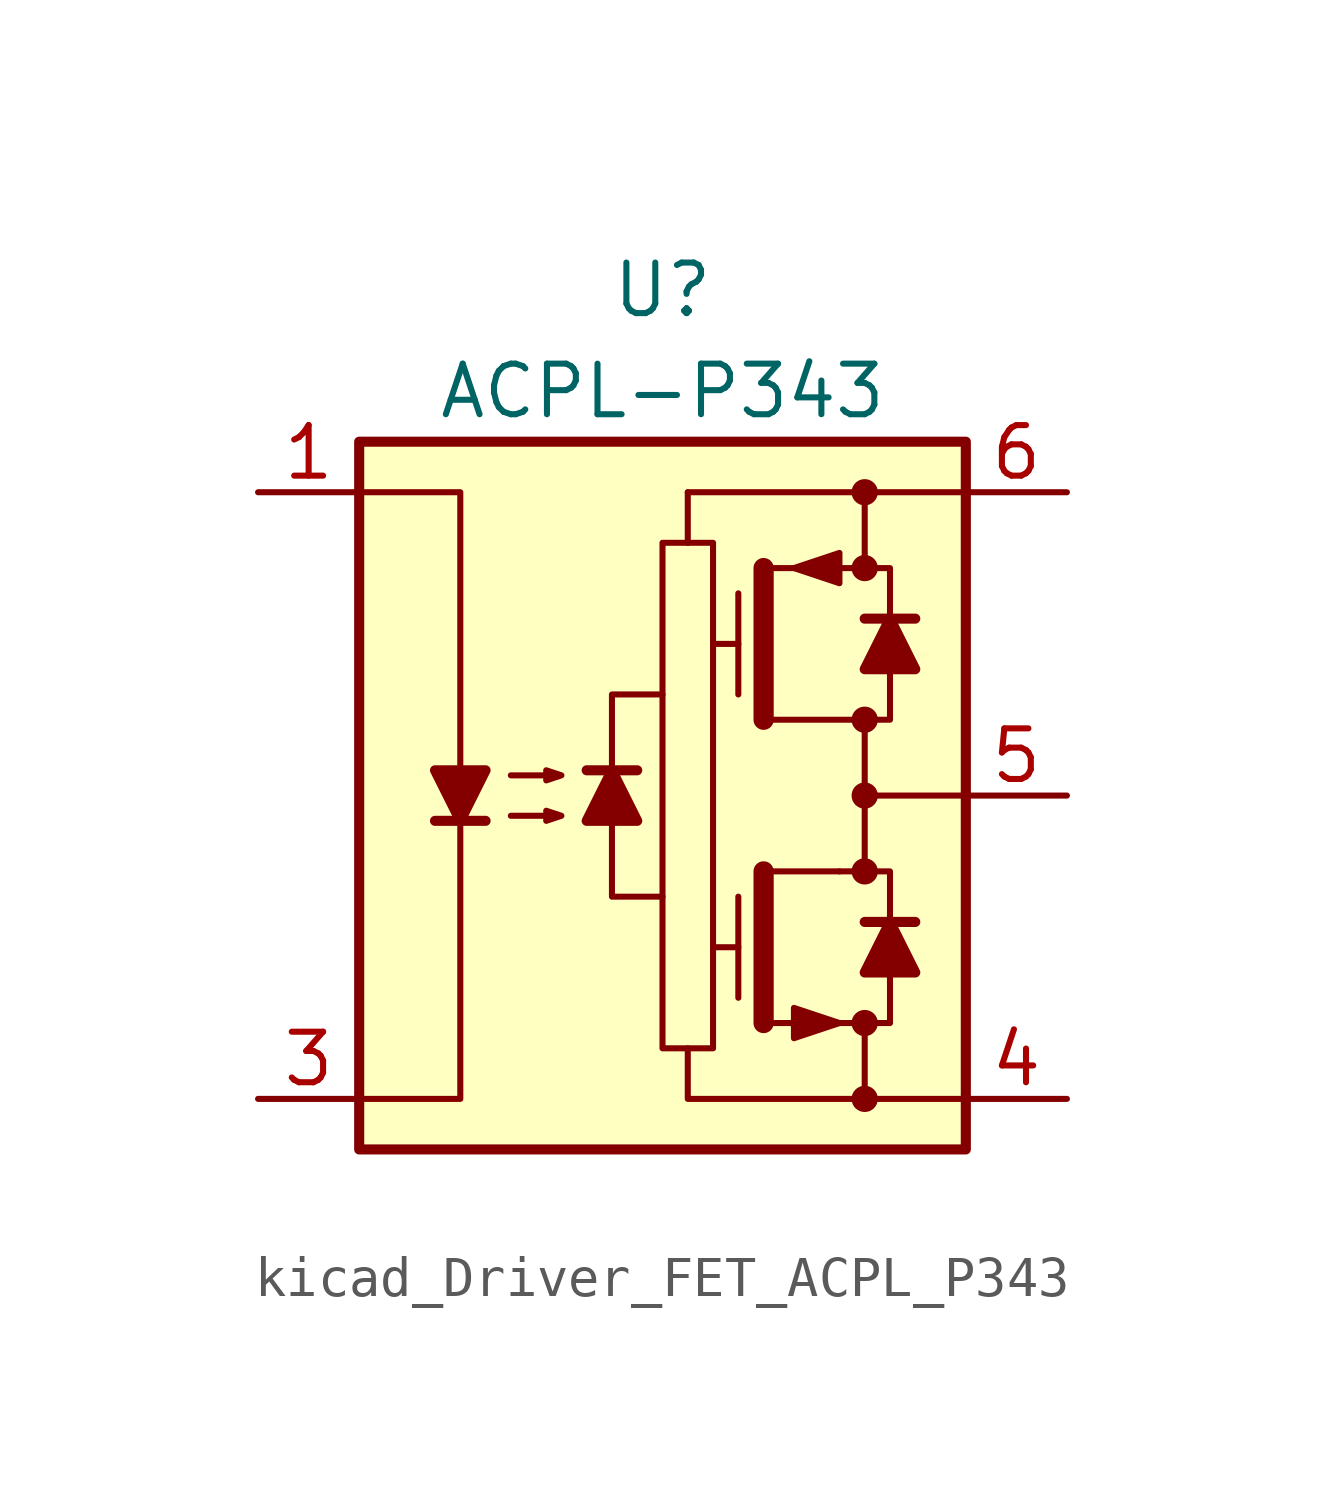
<source format=kicad_sym>
(kicad_symbol_lib
  (version 20220914)
  (generator kicad_symbol_editor)
  (symbol "kicad_Driver_FET_ACPL_P343"
    (pin_names hide)
    (property "Reference" "U"
      (at 0 12.7 0)
      (effects (font (size 1.27 1.27))))
    (property "Value" "ACPL-P343"
      (at 0 10.16 0)
      (effects (font (size 1.27 1.27))))
    (symbol "kicad_Driver_FET_ACPL_P343_0_1"
      (rectangle (start -7.62 8.89) (end 7.62 -8.89) (stroke (width 0.254) (type default)) (fill (type background)))
      (polyline (pts (xy -5.715 -0.635) (xy -4.445 -0.635)) (stroke (width 0.254) (type default)) (fill (type none)))
      (polyline (pts (xy -0.635 0.635) (xy -1.905 0.635)) (stroke (width 0.254) (type default)) (fill (type none)))
      (polyline (pts (xy 1.27 -3.81) (xy 1.905 -3.81)) (stroke (width 0) (type default)) (fill (type none)))
      (polyline (pts (xy 1.27 3.81) (xy 1.905 3.81)) (stroke (width 0) (type default)) (fill (type none)))
      (polyline (pts (xy 1.905 -5.08) (xy 1.905 -2.54)) (stroke (width 0) (type default)) (fill (type none)))
      (polyline (pts (xy 1.905 2.54) (xy 1.905 5.08)) (stroke (width 0) (type default)) (fill (type none)))
      (polyline (pts (xy 2.54 -5.715) (xy 2.54 -1.905)) (stroke (width 0.508) (type default)) (fill (type none)))
      (polyline (pts (xy 2.54 1.905) (xy 2.54 5.715)) (stroke (width 0.508) (type default)) (fill (type none)))
      (polyline (pts (xy 4.445 -1.905) (xy 2.54 -1.905)) (stroke (width 0) (type default)) (fill (type none)))
      (polyline (pts (xy 4.445 5.715) (xy 2.54 5.715)) (stroke (width 0) (type default)) (fill (type none)))
      (polyline (pts (xy 5.08 -5.715) (xy 5.08 -7.62)) (stroke (width 0) (type default)) (fill (type none)))
      (polyline (pts (xy 5.08 0) (xy 7.62 0)) (stroke (width 0) (type default)) (fill (type none)))
      (polyline (pts (xy 5.08 1.905) (xy 5.08 -1.905)) (stroke (width 0) (type default)) (fill (type none)))
      (polyline (pts (xy 5.08 7.62) (xy 5.08 5.715)) (stroke (width 0) (type default)) (fill (type none)))
      (polyline (pts (xy 6.35 -3.175) (xy 5.08 -3.175)) (stroke (width 0.254) (type default)) (fill (type none)))
      (polyline (pts (xy 6.35 4.445) (xy 5.08 4.445)) (stroke (width 0.254) (type default)) (fill (type none)))
      (polyline (pts (xy 7.62 7.62) (xy 0.635 7.62)) (stroke (width 0) (type default)) (fill (type none)))
      (polyline (pts (xy -1.27 -0.635) (xy -1.27 -2.54) (xy 0 -2.54)) (stroke (width 0) (type default)) (fill (type none)))
      (polyline (pts (xy -1.27 0.635) (xy -1.27 2.54) (xy 0 2.54)) (stroke (width 0) (type default)) (fill (type none)))
      (polyline (pts (xy 0.635 -6.35) (xy 0.635 -7.62) (xy 7.62 -7.62)) (stroke (width 0) (type default)) (fill (type none)))
      (polyline (pts (xy 4.445 -1.905) (xy 5.715 -1.905) (xy 5.715 -3.175)) (stroke (width 0) (type default)) (fill (type none)))
      (polyline (pts (xy 4.445 5.715) (xy 5.715 5.715) (xy 5.715 4.445)) (stroke (width 0) (type default)) (fill (type none)))
      (polyline (pts (xy 5.715 -4.445) (xy 5.715 -5.715) (xy 2.54 -5.715)) (stroke (width 0) (type default)) (fill (type none)))
      (polyline (pts (xy 5.715 3.175) (xy 5.715 1.905) (xy 2.54 1.905)) (stroke (width 0) (type default)) (fill (type none)))
      (polyline (pts (xy -7.62 7.62) (xy -5.08 7.62) (xy -5.08 -7.62) (xy -7.62 -7.62)) (stroke (width 0) (type default)) (fill (type none)))
      (polyline (pts (xy -5.08 -0.635) (xy -5.715 0.635) (xy -4.445 0.635) (xy -5.08 -0.635)) (stroke (width 0.254) (type default)) (fill (type outline)))
      (polyline (pts (xy -1.27 0.635) (xy -0.635 -0.635) (xy -1.905 -0.635) (xy -1.27 0.635)) (stroke (width 0.254) (type default)) (fill (type outline)))
      (polyline (pts (xy 3.302 5.715) (xy 4.445 6.096) (xy 4.445 5.334) (xy 3.302 5.715)) (stroke (width 0) (type default)) (fill (type outline)))
      (polyline (pts (xy 4.445 -5.715) (xy 3.302 -5.334) (xy 3.302 -6.096) (xy 4.445 -5.715)) (stroke (width 0) (type default)) (fill (type outline)))
      (polyline (pts (xy 5.715 -3.175) (xy 6.35 -4.445) (xy 5.08 -4.445) (xy 5.715 -3.175)) (stroke (width 0.254) (type default)) (fill (type outline)))
      (polyline (pts (xy 5.715 4.445) (xy 6.35 3.175) (xy 5.08 3.175) (xy 5.715 4.445)) (stroke (width 0.254) (type default)) (fill (type outline)))
      (polyline (pts (xy -3.81 -0.508) (xy -2.54 -0.508) (xy -2.921 -0.635) (xy -2.921 -0.381) (xy -2.54 -0.508)) (stroke (width 0) (type default)) (fill (type none)))
      (polyline (pts (xy -3.81 0.508) (xy -2.54 0.508) (xy -2.921 0.381) (xy -2.921 0.635) (xy -2.54 0.508)) (stroke (width 0) (type default)) (fill (type none)))
      (polyline (pts (xy 1.27 6.35) (xy 1.27 -6.35) (xy 0 -6.35) (xy 0 6.35) (xy 1.27 6.35)) (stroke (width 0) (type default)) (fill (type none)))
      (rectangle (start 0.635 6.35) (end 0.635 6.35) (stroke (width 0) (type default)) (fill (type none)))
      (rectangle (start 0.635 6.35) (end 0.635 7.62) (stroke (width 0) (type default)) (fill (type none)))
      (circle (center 5.08 -7.62) (radius 0.254) (stroke (width 0) (type default)) (fill (type outline)))
      (circle (center 5.08 -5.715) (radius 0.254) (stroke (width 0) (type default)) (fill (type outline)))
      (circle (center 5.08 -1.905) (radius 0.254) (stroke (width 0) (type default)) (fill (type outline)))
      (circle (center 5.08 0) (radius 0.254) (stroke (width 0) (type default)) (fill (type outline)))
      (circle (center 5.08 1.905) (radius 0.254) (stroke (width 0) (type default)) (fill (type outline)))
      (circle (center 5.08 5.715) (radius 0.254) (stroke (width 0) (type default)) (fill (type outline)))
      (circle (center 5.08 7.62) (radius 0.254) (stroke (width 0) (type default)) (fill (type outline))))
    (symbol "kicad_Driver_FET_ACPL_P343_1_1"
      (pin passive line (at -10.16 7.62 0) (length 2.54) (name "A" (effects (font (size 1.27 1.27)))) (number "1" (effects (font (size 1.27 1.27)))))
      (pin no_connect line (at -7.62 0 0) (length 2.54) hide (name "NC" (effects (font (size 1.27 1.27)))) (number "2" (effects (font (size 1.27 1.27)))))
      (pin passive line (at -10.16 -7.62 0) (length 2.54) (name "C" (effects (font (size 1.27 1.27)))) (number "3" (effects (font (size 1.27 1.27)))))
      (pin power_in line (at 10.16 -7.62 180) (length 2.54) (name "VEE" (effects (font (size 1.27 1.27)))) (number "4" (effects (font (size 1.27 1.27)))))
      (pin output line (at 10.16 0 180) (length 2.54) (name "VO" (effects (font (size 1.27 1.27)))) (number "5" (effects (font (size 1.27 1.27)))))
      (pin power_in line (at 10.16 7.62 180) (length 2.54) (name "VCC" (effects (font (size 1.27 1.27)))) (number "6" (effects (font (size 1.27 1.27))))))))
</source>
